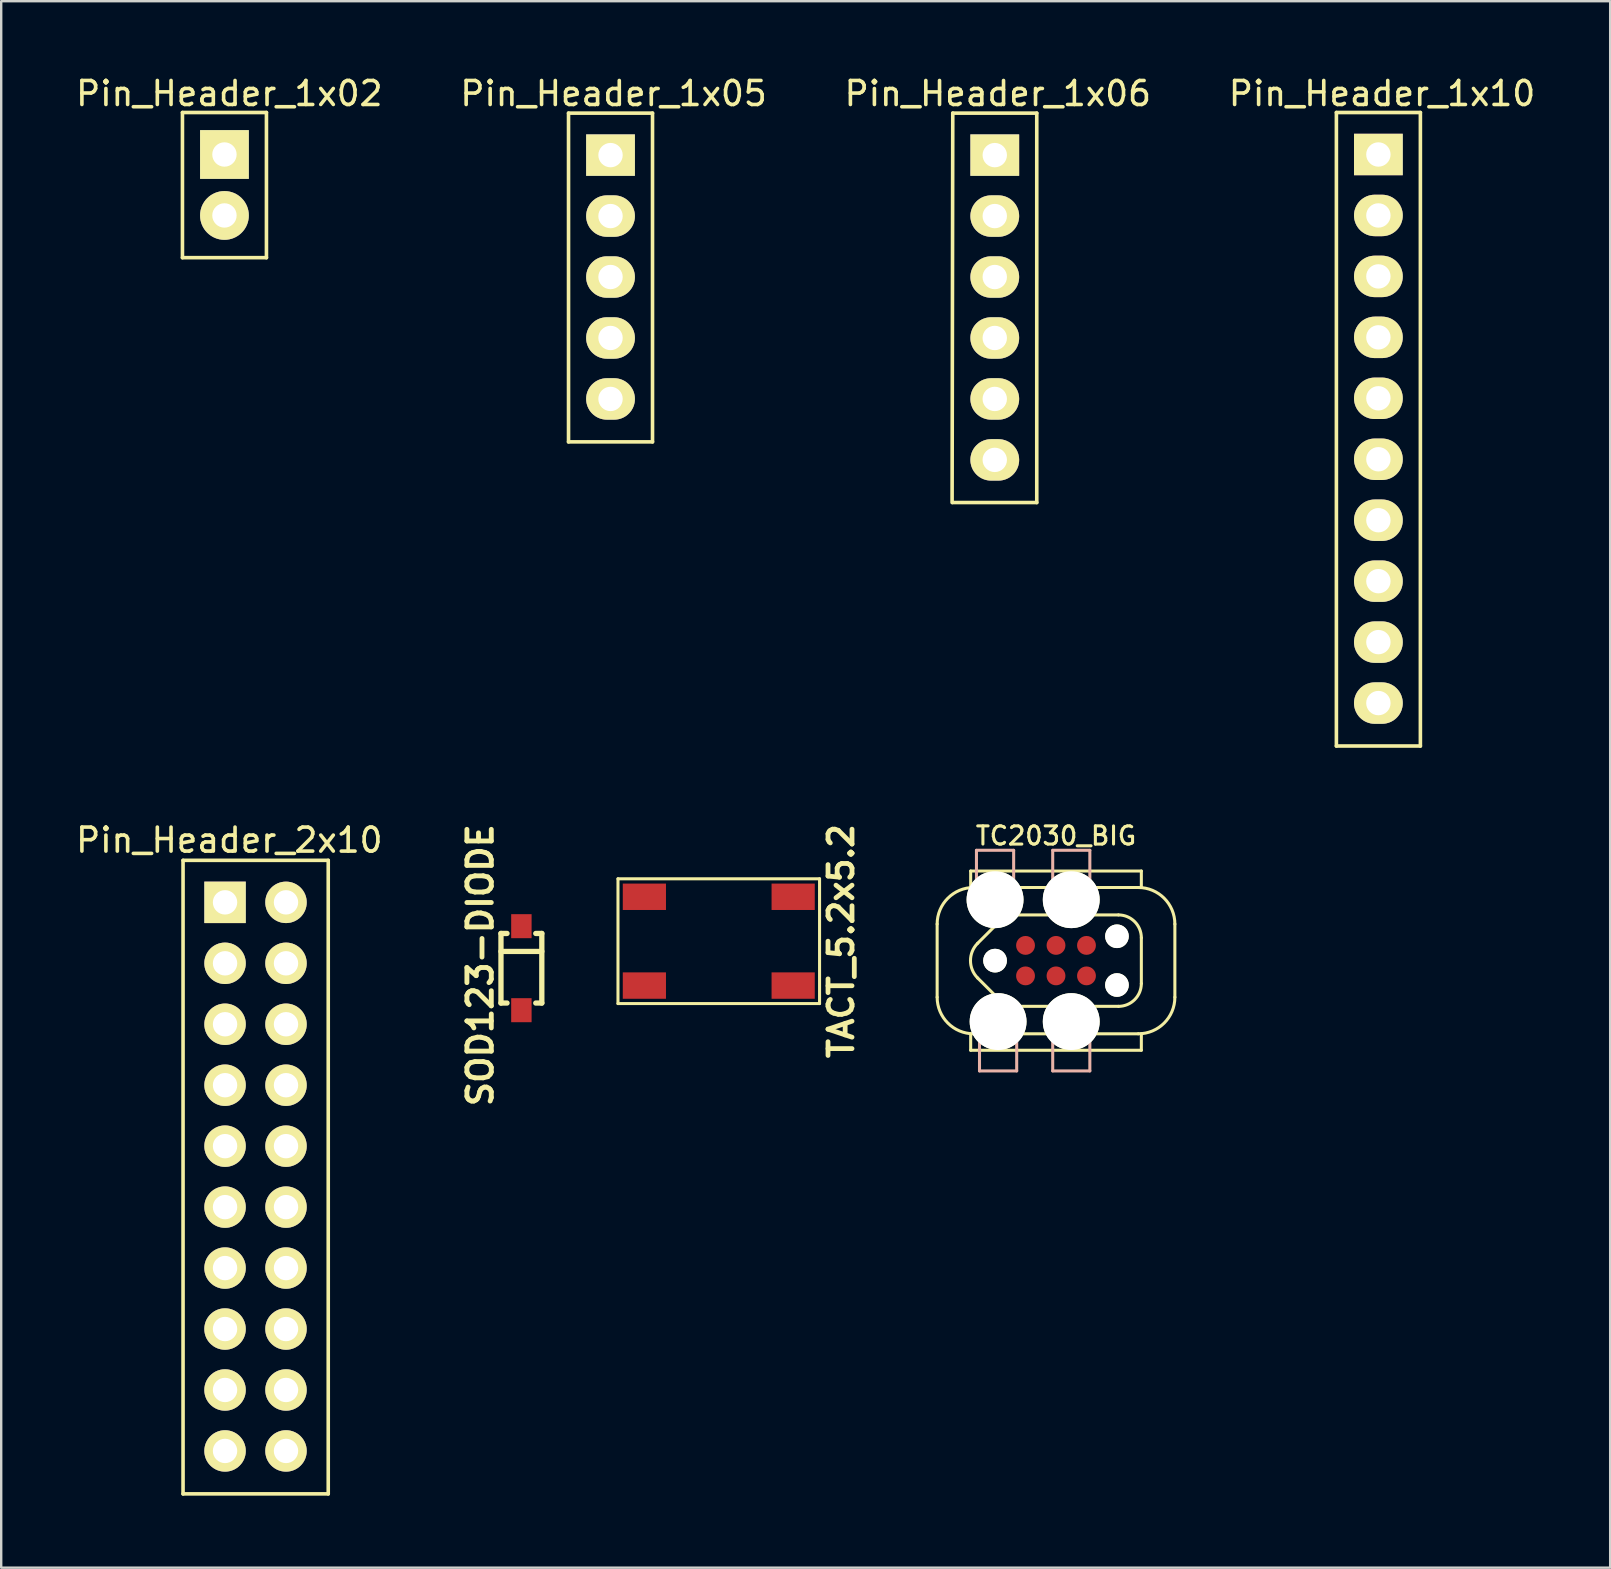
<source format=kicad_pcb>
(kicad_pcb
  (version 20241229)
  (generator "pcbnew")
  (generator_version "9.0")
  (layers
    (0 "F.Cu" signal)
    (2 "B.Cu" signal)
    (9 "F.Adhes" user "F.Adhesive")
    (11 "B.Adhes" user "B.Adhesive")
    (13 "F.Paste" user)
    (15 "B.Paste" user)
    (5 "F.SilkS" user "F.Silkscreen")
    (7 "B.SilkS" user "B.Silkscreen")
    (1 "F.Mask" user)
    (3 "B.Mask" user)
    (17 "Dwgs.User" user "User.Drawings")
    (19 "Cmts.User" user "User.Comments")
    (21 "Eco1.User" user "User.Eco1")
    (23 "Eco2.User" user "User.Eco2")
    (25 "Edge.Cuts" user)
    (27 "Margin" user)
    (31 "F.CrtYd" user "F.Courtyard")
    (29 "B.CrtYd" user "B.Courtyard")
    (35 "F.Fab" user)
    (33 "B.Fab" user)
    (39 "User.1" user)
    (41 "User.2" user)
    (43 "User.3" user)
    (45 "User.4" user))
  (footprint "Pin_Header_1x06"
    (layer "F.Cu")
    (at 38.403 3.414)
    (property "Reference" "Pin_Header_1x06" (at 0.127 -2.565 0) (layer "F.SilkS") (effects (font (size 1 1) (thickness 0.15))))
    (attr through_hole)
    (fp_line (start -1.75 -1.75) (end -1.778 14.478) (stroke (width 0.15) (type solid)) (layer "F.SilkS"))
    (fp_line (start -1.75 -1.75) (end 1.75 -1.75) (stroke (width 0.15) (type solid)) (layer "F.SilkS"))
    (fp_line (start -1.75 14.478) (end 1.75 14.478) (stroke (width 0.15) (type solid)) (layer "F.SilkS"))
    (fp_line (start 1.75 -1.75) (end 1.75 14.478) (stroke (width 0.15) (type solid)) (layer "F.SilkS"))
    (pad "1" thru_hole rect (at 0 0) (size 2.032 1.727) (drill 1.016) (layers "*.Cu" "*.Mask" "F.SilkS"))
    (pad "2" thru_hole oval (at 0 2.54) (size 2.032 1.727) (drill 1.016) (layers "*.Cu" "*.Mask" "F.SilkS"))
    (pad "3" thru_hole oval (at 0 5.08) (size 2.032 1.727) (drill 1.016) (layers "*.Cu" "*.Mask" "F.SilkS"))
    (pad "4" thru_hole oval (at 0 7.62) (size 2.032 1.727) (drill 1.016) (layers "*.Cu" "*.Mask" "F.SilkS"))
    (pad "5" thru_hole oval (at 0 10.16) (size 2.032 1.727) (drill 1.016) (layers "*.Cu" "*.Mask" "F.SilkS"))
    (pad "6" thru_hole oval (at 0 12.7) (size 2.032 1.727) (drill 1.016) (layers "*.Cu" "*.Mask" "F.SilkS")))
  (footprint "Pin_Header_1x05"
    (layer "F.Cu")
    (at 22.391 3.414)
    (property "Reference" "Pin_Header_1x05" (at 0.127 -2.565 0) (layer "F.SilkS") (effects (font (size 1 1) (thickness 0.15))))
    (attr through_hole)
    (fp_line (start -1.75 -1.75) (end -1.75 11.95) (stroke (width 0.15) (type solid)) (layer "F.SilkS"))
    (fp_line (start -1.75 -1.75) (end 1.75 -1.75) (stroke (width 0.15) (type solid)) (layer "F.SilkS"))
    (fp_line (start -1.75 11.95) (end 1.75 11.95) (stroke (width 0.15) (type solid)) (layer "F.SilkS"))
    (fp_line (start 1.75 -1.75) (end 1.75 11.95) (stroke (width 0.15) (type solid)) (layer "F.SilkS"))
    (pad "1" thru_hole rect (at 0 0) (size 2.032 1.727) (drill 1.016) (layers "*.Cu" "*.Mask" "F.SilkS"))
    (pad "2" thru_hole oval (at 0 2.54) (size 2.032 1.727) (drill 1.016) (layers "*.Cu" "*.Mask" "F.SilkS"))
    (pad "3" thru_hole oval (at 0 5.08) (size 2.032 1.727) (drill 1.016) (layers "*.Cu" "*.Mask" "F.SilkS"))
    (pad "4" thru_hole oval (at 0 7.62) (size 2.032 1.727) (drill 1.016) (layers "*.Cu" "*.Mask" "F.SilkS"))
    (pad "5" thru_hole oval (at 0 10.16) (size 2.032 1.727) (drill 1.016) (layers "*.Cu" "*.Mask" "F.SilkS")))
  (footprint "Pin_Header_2x10"
    (layer "F.Cu")
    (at 6.328 34.552)
    (property "Reference" "Pin_Header_2x10" (at 0.178 -2.591 0) (layer "F.SilkS") (effects (font (size 1 1) (thickness 0.15))))
    (attr through_hole)
    (fp_line (start -1.75 -1.75) (end -1.75 24.65) (stroke (width 0.15) (type solid)) (layer "F.SilkS"))
    (fp_line (start -1.75 -1.75) (end 4.3 -1.75) (stroke (width 0.15) (type solid)) (layer "F.SilkS"))
    (fp_line (start -1.75 24.65) (end 4.3 24.65) (stroke (width 0.15) (type solid)) (layer "F.SilkS"))
    (fp_line (start 4.3 -1.75) (end 4.3 24.65) (stroke (width 0.15) (type solid)) (layer "F.SilkS"))
    (pad "1" thru_hole rect (at 0 0) (size 1.727 1.727) (drill 1.016) (layers "*.Cu" "*.Mask" "F.SilkS"))
    (pad "2" thru_hole oval (at 2.54 0) (size 1.727 1.727) (drill 1.016) (layers "*.Cu" "*.Mask" "F.SilkS"))
    (pad "3" thru_hole oval (at 0 2.54) (size 1.727 1.727) (drill 1.016) (layers "*.Cu" "*.Mask" "F.SilkS"))
    (pad "4" thru_hole oval (at 2.54 2.54) (size 1.727 1.727) (drill 1.016) (layers "*.Cu" "*.Mask" "F.SilkS"))
    (pad "5" thru_hole oval (at 0 5.08) (size 1.727 1.727) (drill 1.016) (layers "*.Cu" "*.Mask" "F.SilkS"))
    (pad "6" thru_hole oval (at 2.54 5.08) (size 1.727 1.727) (drill 1.016) (layers "*.Cu" "*.Mask" "F.SilkS"))
    (pad "7" thru_hole oval (at 0 7.62) (size 1.727 1.727) (drill 1.016) (layers "*.Cu" "*.Mask" "F.SilkS"))
    (pad "8" thru_hole oval (at 2.54 7.62) (size 1.727 1.727) (drill 1.016) (layers "*.Cu" "*.Mask" "F.SilkS"))
    (pad "9" thru_hole oval (at 0 10.16) (size 1.727 1.727) (drill 1.016) (layers "*.Cu" "*.Mask" "F.SilkS"))
    (pad "10" thru_hole oval (at 2.54 10.16) (size 1.727 1.727) (drill 1.016) (layers "*.Cu" "*.Mask" "F.SilkS"))
    (pad "11" thru_hole oval (at 0 12.7) (size 1.727 1.727) (drill 1.016) (layers "*.Cu" "*.Mask" "F.SilkS"))
    (pad "12" thru_hole oval (at 2.54 12.7) (size 1.727 1.727) (drill 1.016) (layers "*.Cu" "*.Mask" "F.SilkS"))
    (pad "13" thru_hole oval (at 0 15.24) (size 1.727 1.727) (drill 1.016) (layers "*.Cu" "*.Mask" "F.SilkS"))
    (pad "14" thru_hole oval (at 2.54 15.24) (size 1.727 1.727) (drill 1.016) (layers "*.Cu" "*.Mask" "F.SilkS"))
    (pad "15" thru_hole oval (at 0 17.78) (size 1.727 1.727) (drill 1.016) (layers "*.Cu" "*.Mask" "F.SilkS"))
    (pad "16" thru_hole oval (at 2.54 17.78) (size 1.727 1.727) (drill 1.016) (layers "*.Cu" "*.Mask" "F.SilkS"))
    (pad "17" thru_hole oval (at 0 20.32) (size 1.727 1.727) (drill 1.016) (layers "*.Cu" "*.Mask" "F.SilkS"))
    (pad "18" thru_hole oval (at 2.54 20.32) (size 1.727 1.727) (drill 1.016) (layers "*.Cu" "*.Mask" "F.SilkS"))
    (pad "19" thru_hole oval (at 0 22.86) (size 1.727 1.727) (drill 1.016) (layers "*.Cu" "*.Mask" "F.SilkS"))
    (pad "20" thru_hole oval (at 2.54 22.86) (size 1.727 1.727) (drill 1.016) (layers "*.Cu" "*.Mask" "F.SilkS")))
  (footprint "SOD123-DIODE"
    (layer "F.Cu")
    (at 18.677 37.298)
    (property "Reference" "SOD123-DIODE" (at -1.714 -0.127 90) (layer "F.SilkS") (effects (font (size 1.016 1.016) (thickness 0.203))))
    (attr through_hole)
    (fp_line (start -0.851 -1.45) (end -0.599 -1.45) (stroke (width 0.221) (type solid)) (layer "F.SilkS"))
    (fp_line (start -0.851 -0.701) (end 0.851 -0.701) (stroke (width 0.221) (type solid)) (layer "F.SilkS"))
    (fp_line (start -0.851 1.45) (end -0.851 -1.45) (stroke (width 0.221) (type solid)) (layer "F.SilkS"))
    (fp_line (start -0.851 1.45) (end -0.599 1.45) (stroke (width 0.221) (type solid)) (layer "F.SilkS"))
    (fp_line (start 0.851 -1.45) (end 0.599 -1.45) (stroke (width 0.221) (type solid)) (layer "F.SilkS"))
    (fp_line (start 0.851 1.45) (end 0.599 1.45) (stroke (width 0.221) (type solid)) (layer "F.SilkS"))
    (fp_line (start 0.851 1.45) (end 0.851 -1.45) (stroke (width 0.221) (type solid)) (layer "F.SilkS"))
    (pad "1" smd rect (at 0 1.748 270) (size 1.001 0.851) (layers "F.Cu" "F.Mask" "F.Paste"))
    (pad "2" smd rect (at 0 -1.753 270) (size 1.001 0.851) (layers "F.Cu" "F.Mask" "F.Paste")))
  (footprint "TACT_5.2x5.2"
    (layer "F.Cu")
    (at 26.902 36.17)
    (property "Reference" "TACT_5.2x5.2" (at 5.1 0 90) (layer "F.SilkS") (effects (font (size 1 1) (thickness 0.2))))
    (attr smd)
    (fp_line (start -4.2 -2.6) (end 4.2 -2.6) (stroke (width 0.127) (type solid)) (layer "F.SilkS"))
    (fp_line (start -4.2 2.6) (end -4.2 -2.6) (stroke (width 0.127) (type solid)) (layer "F.SilkS"))
    (fp_line (start 4.2 -2.6) (end 4.2 2.6) (stroke (width 0.127) (type solid)) (layer "F.SilkS"))
    (fp_line (start 4.2 2.6) (end -4.2 2.6) (stroke (width 0.127) (type solid)) (layer "F.SilkS"))
    (fp_circle (center 0 0) (end 0 1) (stroke (width 0.15) (type solid)) (fill no) (layer "Eco1.User"))
    (pad "1" smd rect (at -3.1 -1.85) (size 1.8 1.1) (layers "F.Cu" "F.Mask" "F.Paste"))
    (pad "2" smd rect (at 3.1 -1.85) (size 1.8 1.1) (layers "F.Cu" "F.Mask" "F.Paste"))
    (pad "3" smd rect (at -3.1 1.85) (size 1.8 1.1) (layers "F.Cu" "F.Mask" "F.Paste"))
    (pad "4" smd rect (at 3.1 1.85) (size 1.8 1.1) (layers "F.Cu" "F.Mask" "F.Paste")))
  (footprint "TC2030_BIG"
    (layer "F.Cu")
    (at 40.955 36.981)
    (property "Reference" "TC2030_BIG" (at 0 -5.202 0) (layer "F.SilkS") (effects (font (size 0.757 0.757) (thickness 0.127))))
    (attr exclude_from_pos_files exclude_from_bom)
    (fp_line (start -4.953 1.524) (end -4.953 -1.524) (stroke (width 0.127) (type solid)) (layer "F.SilkS"))
    (fp_line (start -3.556 -3.734) (end -3.556 -3.048) (stroke (width 0.127) (type solid)) (layer "F.SilkS"))
    (fp_line (start -3.556 3.734) (end -3.556 3.048) (stroke (width 0.127) (type solid)) (layer "F.SilkS"))
    (fp_line (start -3.429 -3.048) (end 3.429 -3.048) (stroke (width 0.127) (type solid)) (layer "F.SilkS"))
    (fp_line (start -3.429 3.048) (end 3.429 3.048) (stroke (width 0.127) (type solid)) (layer "F.SilkS"))
    (fp_line (start -3.264 -0.724) (end -2.083 -1.905) (stroke (width 0.127) (type solid)) (layer "F.SilkS"))
    (fp_line (start -3.264 0.724) (end -2.083 1.905) (stroke (width 0.127) (type solid)) (layer "F.SilkS"))
    (fp_line (start 2.603 -1.905) (end -2.083 -1.905) (stroke (width 0.127) (type solid)) (layer "F.SilkS"))
    (fp_line (start 2.603 1.905) (end -2.083 1.905) (stroke (width 0.127) (type solid)) (layer "F.SilkS"))
    (fp_line (start 3.556 -3.734) (end -3.556 -3.734) (stroke (width 0.127) (type solid)) (layer "F.SilkS"))
    (fp_line (start 3.556 -3.734) (end 3.556 -3.048) (stroke (width 0.127) (type solid)) (layer "F.SilkS"))
    (fp_line (start 3.556 -0.953) (end 3.556 0.953) (stroke (width 0.127) (type solid)) (layer "F.SilkS"))
    (fp_line (start 3.556 3.734) (end -3.556 3.734) (stroke (width 0.127) (type solid)) (layer "F.SilkS"))
    (fp_line (start 3.556 3.734) (end 3.556 3.048) (stroke (width 0.127) (type solid)) (layer "F.SilkS"))
    (fp_line (start 4.953 -1.524) (end 4.953 1.524) (stroke (width 0.127) (type solid)) (layer "F.SilkS"))
    (fp_arc (start -4.953 -1.524) (mid -4.506631 -2.601631) (end -3.429 -3.048) (stroke (width 0.127) (type solid)) (layer "F.SilkS"))
    (fp_arc (start -3.429 3.048) (mid -4.506631 2.601631) (end -4.953 1.524) (stroke (width 0.127) (type solid)) (layer "F.SilkS"))
    (fp_arc (start -3.2639 0.7239) (mid -3.563749 0) (end -3.2639 -0.7239) (stroke (width 0.127) (type solid)) (layer "F.SilkS"))
    (fp_arc (start 2.6035 -1.905) (mid 3.277019 -1.626019) (end 3.556 -0.9525) (stroke (width 0.127) (type solid)) (layer "F.SilkS"))
    (fp_arc (start 3.429 -3.048) (mid 4.506631 -2.601631) (end 4.953 -1.524) (stroke (width 0.127) (type solid)) (layer "F.SilkS"))
    (fp_arc (start 3.556 0.9525) (mid 3.277019 1.626019) (end 2.6035 1.905) (stroke (width 0.127) (type solid)) (layer "F.SilkS"))
    (fp_arc (start 4.953 1.524) (mid 4.506631 2.601631) (end 3.429 3.048) (stroke (width 0.127) (type solid)) (layer "F.SilkS"))
    (fp_line (start -3.315 -4.6) (end -1.765 -4.6) (stroke (width 0.127) (type solid)) (layer "B.SilkS"))
    (fp_line (start -3.315 -4.595) (end -3.315 -3.378) (stroke (width 0.127) (type solid)) (layer "B.SilkS"))
    (fp_line (start -3.188 4.595) (end -3.188 3.378) (stroke (width 0.127) (type solid)) (layer "B.SilkS"))
    (fp_line (start -1.765 -4.595) (end -1.765 -3.378) (stroke (width 0.127) (type solid)) (layer "B.SilkS"))
    (fp_line (start -1.638 4.595) (end -3.188 4.595) (stroke (width 0.127) (type solid)) (layer "B.SilkS"))
    (fp_line (start -1.638 4.595) (end -1.638 3.378) (stroke (width 0.127) (type solid)) (layer "B.SilkS"))
    (fp_line (start -0.137 -4.6) (end 1.41 -4.6) (stroke (width 0.127) (type solid)) (layer "B.SilkS"))
    (fp_line (start -0.137 -4.595) (end -0.137 -3.378) (stroke (width 0.127) (type solid)) (layer "B.SilkS"))
    (fp_line (start -0.137 4.595) (end -0.137 3.378) (stroke (width 0.127) (type solid)) (layer "B.SilkS"))
    (fp_line (start 1.41 -4.595) (end 1.41 -3.378) (stroke (width 0.127) (type solid)) (layer "B.SilkS"))
    (fp_line (start 1.41 4.595) (end -0.137 4.595) (stroke (width 0.127) (type solid)) (layer "B.SilkS"))
    (fp_line (start 1.41 4.595) (end 1.41 3.378) (stroke (width 0.127) (type solid)) (layer "B.SilkS"))
    (pad "" np_thru_hole circle (at -2.54 -2.54) (size 2.372 2.372) (drill 2.372) (layers "*.Cu" "*.Mask" "F.SilkS"))
    (pad "" np_thru_hole circle (at -2.54 0) (size 0.988 0.988) (drill 0.988) (layers "*.Cu" "*.Mask" "F.SilkS"))
    (pad "" np_thru_hole circle (at -2.413 2.54) (size 2.37 2.37) (drill 2.37) (layers "*.Cu" "*.Mask" "F.SilkS"))
    (pad "" np_thru_hole circle (at 0.635 -2.54) (size 2.37 2.37) (drill 2.37) (layers "*.Cu" "*.Mask" "F.SilkS"))
    (pad "" np_thru_hole circle (at 0.635 2.54) (size 2.37 2.37) (drill 2.37) (layers "*.Cu" "*.Mask" "F.SilkS"))
    (pad "" np_thru_hole circle (at 2.54 -1.016) (size 0.986 0.986) (drill 0.986) (layers "*.Cu" "*.Mask" "F.SilkS"))
    (pad "" np_thru_hole circle (at 2.54 1.016) (size 0.986 0.986) (drill 0.986) (layers "*.Cu" "*.Mask" "F.SilkS"))
    (pad "1" connect circle (at -1.27 0.635) (size 0.785 0.785) (layers "F.Cu" "F.Mask"))
    (pad "2" connect circle (at -1.27 -0.635) (size 0.785 0.785) (layers "F.Cu" "F.Mask"))
    (pad "3" connect circle (at 0 0.635) (size 0.785 0.785) (layers "F.Cu" "F.Mask"))
    (pad "4" connect circle (at 0 -0.635) (size 0.785 0.785) (layers "F.Cu" "F.Mask"))
    (pad "5" connect circle (at 1.27 0.635) (size 0.785 0.785) (layers "F.Cu" "F.Mask"))
    (pad "6" connect circle (at 1.27 -0.635) (size 0.785 0.785) (layers "F.Cu" "F.Mask")))
  (footprint "Pin_Header_1x10"
    (layer "F.Cu")
    (at 54.389 3.388)
    (property "Reference" "Pin_Header_1x10" (at 0.152 -2.54 0) (layer "F.SilkS") (effects (font (size 1 1) (thickness 0.15))))
    (attr through_hole)
    (fp_line (start -1.75 -1.75) (end -1.75 24.65) (stroke (width 0.15) (type solid)) (layer "F.SilkS"))
    (fp_line (start -1.75 -1.75) (end 1.75 -1.75) (stroke (width 0.15) (type solid)) (layer "F.SilkS"))
    (fp_line (start -1.75 24.65) (end 1.75 24.65) (stroke (width 0.15) (type solid)) (layer "F.SilkS"))
    (fp_line (start 1.75 -1.75) (end 1.75 24.65) (stroke (width 0.15) (type solid)) (layer "F.SilkS"))
    (pad "1" thru_hole rect (at 0 0) (size 2.032 1.727) (drill 1.016) (layers "*.Cu" "*.Mask" "F.SilkS"))
    (pad "2" thru_hole oval (at 0 2.54) (size 2.032 1.727) (drill 1.016) (layers "*.Cu" "*.Mask" "F.SilkS"))
    (pad "3" thru_hole oval (at 0 5.08) (size 2.032 1.727) (drill 1.016) (layers "*.Cu" "*.Mask" "F.SilkS"))
    (pad "4" thru_hole oval (at 0 7.62) (size 2.032 1.727) (drill 1.016) (layers "*.Cu" "*.Mask" "F.SilkS"))
    (pad "5" thru_hole oval (at 0 10.16) (size 2.032 1.727) (drill 1.016) (layers "*.Cu" "*.Mask" "F.SilkS"))
    (pad "6" thru_hole oval (at 0 12.7) (size 2.032 1.727) (drill 1.016) (layers "*.Cu" "*.Mask" "F.SilkS"))
    (pad "7" thru_hole oval (at 0 15.24) (size 2.032 1.727) (drill 1.016) (layers "*.Cu" "*.Mask" "F.SilkS"))
    (pad "8" thru_hole oval (at 0 17.78) (size 2.032 1.727) (drill 1.016) (layers "*.Cu" "*.Mask" "F.SilkS"))
    (pad "9" thru_hole oval (at 0 20.32) (size 2.032 1.727) (drill 1.016) (layers "*.Cu" "*.Mask" "F.SilkS"))
    (pad "10" thru_hole oval (at 0 22.86) (size 2.032 1.727) (drill 1.016) (layers "*.Cu" "*.Mask" "F.SilkS")))
  (footprint "Pin_Header_1x02"
    (layer "F.Cu")
    (at 6.303 3.388)
    (property "Reference" "Pin_Header_1x02" (at 0.203 -2.54 0) (layer "F.SilkS") (effects (font (size 1 1) (thickness 0.15))))
    (attr through_hole)
    (fp_line (start -1.75 -1.75) (end -1.75 4.3) (stroke (width 0.15) (type solid)) (layer "F.SilkS"))
    (fp_line (start -1.75 -1.75) (end 1.75 -1.75) (stroke (width 0.15) (type solid)) (layer "F.SilkS"))
    (fp_line (start -1.75 4.3) (end 1.75 4.3) (stroke (width 0.15) (type solid)) (layer "F.SilkS"))
    (fp_line (start 1.75 -1.75) (end 1.75 4.3) (stroke (width 0.15) (type solid)) (layer "F.SilkS"))
    (pad "1" thru_hole rect (at 0 0) (size 2.032 2.032) (drill 1.016) (layers "*.Cu" "*.Mask" "F.SilkS"))
    (pad "2" thru_hole oval (at 0 2.54) (size 2.032 2.032) (drill 1.016) (layers "*.Cu" "*.Mask" "F.SilkS")))
  (gr_rect
    (start -3 -3)
    (end 64.048 62.277)
    (stroke (width 0.1) (type default))
    (fill no)
    (layer "Edge.Cuts")))
</source>
